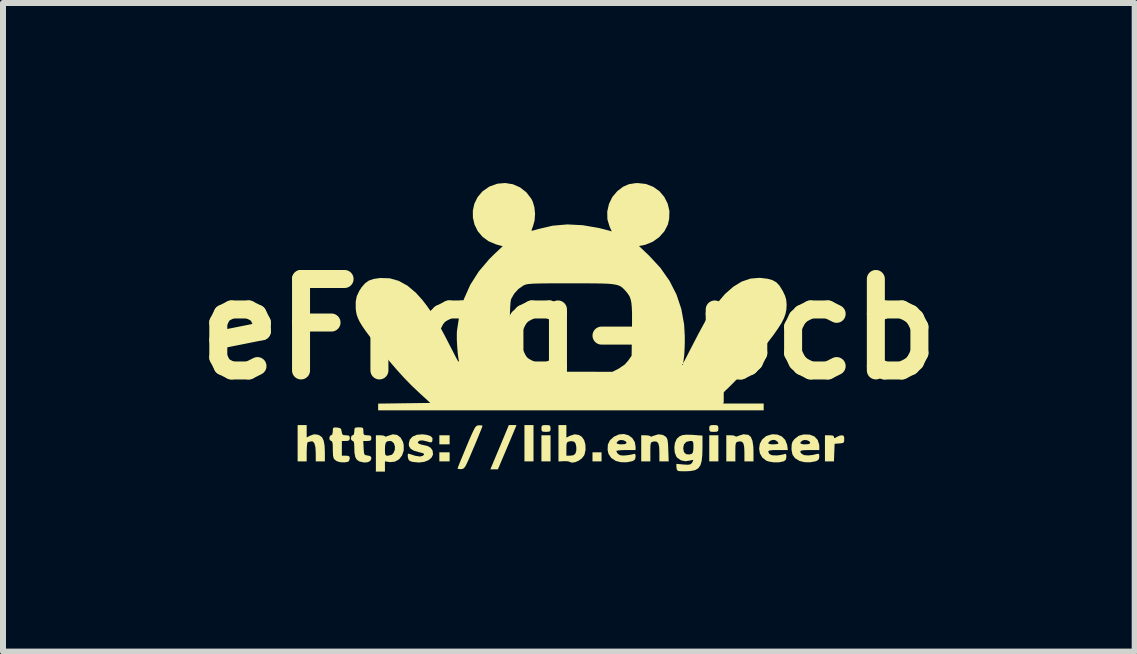
<source format=kicad_pcb>
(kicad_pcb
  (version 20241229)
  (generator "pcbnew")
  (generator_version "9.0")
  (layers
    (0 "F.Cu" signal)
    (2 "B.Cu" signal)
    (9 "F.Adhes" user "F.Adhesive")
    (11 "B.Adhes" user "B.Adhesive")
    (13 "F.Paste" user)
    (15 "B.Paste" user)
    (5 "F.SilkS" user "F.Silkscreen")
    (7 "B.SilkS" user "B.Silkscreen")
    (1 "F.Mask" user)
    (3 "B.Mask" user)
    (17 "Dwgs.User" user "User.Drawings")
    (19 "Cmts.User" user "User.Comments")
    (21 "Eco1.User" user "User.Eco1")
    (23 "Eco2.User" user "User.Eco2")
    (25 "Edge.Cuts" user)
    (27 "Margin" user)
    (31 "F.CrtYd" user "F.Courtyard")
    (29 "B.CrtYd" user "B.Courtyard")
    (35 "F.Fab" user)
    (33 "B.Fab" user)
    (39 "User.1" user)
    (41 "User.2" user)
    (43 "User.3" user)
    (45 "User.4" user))
  (footprint "eFrog-pcb"
    (layer "F.Cu")
    (at 6.43 2.434)
    (property "Reference" "eFrog-pcb" (at 0 0 0) (layer "F.SilkS") (effects (font (size 1.524 1.524) (thickness 0.3))))
    (attr board_only exclude_from_pos_files exclude_from_bom)
    (fp_poly (pts (xy -1.987 1.921) (xy -2.158 1.921) (xy -2.158 1.77) (xy -1.987 1.77)) (stroke (width 0) (type solid)) (fill yes) (layer "F.SilkS"))
    (fp_poly (pts (xy -1.987 2.205) (xy -2.158 2.205) (xy -2.158 2.054) (xy -1.987 2.054)) (stroke (width 0) (type solid)) (fill yes) (layer "F.SilkS"))
    (fp_poly (pts (xy -0.589 2.205) (xy -0.74 2.205) (xy -0.74 1.6) (xy -0.589 1.6)) (stroke (width 0) (type solid)) (fill yes) (layer "F.SilkS"))
    (fp_poly (pts (xy -0.305 2.205) (xy -0.457 2.205) (xy -0.457 1.77) (xy -0.305 1.77)) (stroke (width 0) (type solid)) (fill yes) (layer "F.SilkS"))
    (fp_poly (pts (xy 0.545 2.205) (xy 0.394 2.205) (xy 0.394 2.054) (xy 0.545 2.054)) (stroke (width 0) (type solid)) (fill yes) (layer "F.SilkS"))
    (fp_poly (pts (xy 2.492 2.205) (xy 2.34 2.205) (xy 2.34 1.77) (xy 2.492 1.77)) (stroke (width 0) (type solid)) (fill yes) (layer "F.SilkS"))
    (fp_poly (pts (xy -0.901 1.671) (xy -0.918 1.712) (xy -0.947 1.78) (xy -0.984 1.869) (xy -1.026 1.969) (xy -1.056 2.039) (xy -1.182 2.337) (xy -1.308 2.337) (xy -1.278 2.266) (xy -1.261 2.225) (xy -1.232 2.156) (xy -1.195 2.068) (xy -1.153 1.968) (xy -1.124 1.898) (xy -1 1.6) (xy -0.872 1.6)) (stroke (width 0) (type solid)) (fill yes) (layer "F.SilkS"))
    (fp_poly (pts (xy -0.333 1.602) (xy -0.311 1.614) (xy -0.306 1.645) (xy -0.305 1.657) (xy -0.308 1.693) (xy -0.325 1.709) (xy -0.365 1.713) (xy -0.381 1.713) (xy -0.43 1.711) (xy -0.451 1.699) (xy -0.457 1.669) (xy -0.457 1.657) (xy -0.454 1.62) (xy -0.438 1.604) (xy -0.397 1.6) (xy -0.381 1.6)) (stroke (width 0) (type solid)) (fill yes) (layer "F.SilkS"))
    (fp_poly (pts (xy 2.464 1.602) (xy 2.486 1.614) (xy 2.491 1.645) (xy 2.492 1.657) (xy 2.489 1.693) (xy 2.472 1.709) (xy 2.432 1.713) (xy 2.416 1.713) (xy 2.367 1.711) (xy 2.346 1.699) (xy 2.34 1.669) (xy 2.34 1.657) (xy 2.343 1.62) (xy 2.36 1.604) (xy 2.4 1.6) (xy 2.416 1.6)) (stroke (width 0) (type solid)) (fill yes) (layer "F.SilkS"))
    (fp_poly (pts (xy 4.396 1.774) (xy 4.417 1.789) (xy 4.419 1.8) (xy 4.423 1.818) (xy 4.44 1.814) (xy 4.461 1.8) (xy 4.51 1.777) (xy 4.546 1.77) (xy 4.576 1.776) (xy 4.588 1.801) (xy 4.589 1.835) (xy 4.587 1.876) (xy 4.573 1.896) (xy 4.536 1.904) (xy 4.509 1.906) (xy 4.429 1.912) (xy 4.418 2.205) (xy 4.268 2.205) (xy 4.268 1.77) (xy 4.344 1.77)) (stroke (width 0) (type solid)) (fill yes) (layer "F.SilkS"))
    (fp_poly (pts (xy -4.369 1.806) (xy -4.317 1.779) (xy -4.25 1.754) (xy -4.189 1.759) (xy -4.153 1.773) (xy -4.113 1.804) (xy -4.087 1.857) (xy -4.071 1.937) (xy -4.066 2.049) (xy -4.066 2.056) (xy -4.066 2.205) (xy -4.218 2.205) (xy -4.218 2.064) (xy -4.224 1.966) (xy -4.242 1.901) (xy -4.272 1.871) (xy -4.307 1.873) (xy -4.342 1.883) (xy -4.351 1.883) (xy -4.359 1.901) (xy -4.365 1.947) (xy -4.368 2.014) (xy -4.369 2.044) (xy -4.369 2.205) (xy -4.52 2.205) (xy -4.52 1.6) (xy -4.369 1.6)) (stroke (width 0) (type solid)) (fill yes) (layer "F.SilkS"))
    (fp_poly (pts (xy 2.988 1.762) (xy 2.992 1.763) (xy 3.033 1.797) (xy 3.06 1.863) (xy 3.075 1.963) (xy 3.077 2.043) (xy 3.077 2.205) (xy 2.926 2.205) (xy 2.926 2.054) (xy 2.922 1.964) (xy 2.909 1.906) (xy 2.884 1.877) (xy 2.843 1.872) (xy 2.816 1.877) (xy 2.796 1.885) (xy 2.784 1.902) (xy 2.777 1.936) (xy 2.775 1.995) (xy 2.775 2.046) (xy 2.775 2.205) (xy 2.624 2.205) (xy 2.624 1.77) (xy 2.699 1.77) (xy 2.747 1.774) (xy 2.773 1.784) (xy 2.775 1.788) (xy 2.789 1.793) (xy 2.824 1.78) (xy 2.827 1.779) (xy 2.909 1.753)) (stroke (width 0) (type solid)) (fill yes) (layer "F.SilkS"))
    (fp_poly (pts (xy 1.564 1.763) (xy 1.606 1.787) (xy 1.627 1.807) (xy 1.64 1.832) (xy 1.648 1.871) (xy 1.654 1.931) (xy 1.657 2.014) (xy 1.664 2.205) (xy 1.509 2.205) (xy 1.509 2.054) (xy 1.505 1.964) (xy 1.492 1.906) (xy 1.466 1.877) (xy 1.426 1.872) (xy 1.398 1.877) (xy 1.378 1.885) (xy 1.366 1.902) (xy 1.36 1.936) (xy 1.358 1.995) (xy 1.358 2.046) (xy 1.358 2.205) (xy 1.206 2.205) (xy 1.206 1.77) (xy 1.282 1.77) (xy 1.329 1.774) (xy 1.356 1.784) (xy 1.358 1.788) (xy 1.372 1.793) (xy 1.406 1.78) (xy 1.41 1.779) (xy 1.49 1.754)) (stroke (width 0) (type solid)) (fill yes) (layer "F.SilkS"))
    (fp_poly (pts (xy -1.458 1.604) (xy -1.44 1.612) (xy -1.439 1.613) (xy -1.446 1.635) (xy -1.466 1.686) (xy -1.496 1.76) (xy -1.534 1.853) (xy -1.578 1.959) (xy -1.587 1.978) (xy -1.637 2.097) (xy -1.675 2.185) (xy -1.704 2.248) (xy -1.726 2.289) (xy -1.745 2.314) (xy -1.762 2.327) (xy -1.781 2.332) (xy -1.795 2.334) (xy -1.836 2.333) (xy -1.855 2.325) (xy -1.855 2.324) (xy -1.847 2.303) (xy -1.828 2.252) (xy -1.798 2.178) (xy -1.759 2.085) (xy -1.715 1.979) (xy -1.707 1.959) (xy -1.657 1.84) (xy -1.618 1.752) (xy -1.589 1.69) (xy -1.567 1.648) (xy -1.548 1.623) (xy -1.531 1.61) (xy -1.512 1.605) (xy -1.499 1.604)) (stroke (width 0) (type solid)) (fill yes) (layer "F.SilkS"))
    (fp_poly (pts (xy -0.041 1.809) (xy 0.015 1.78) (xy 0.095 1.754) (xy 0.166 1.764) (xy 0.216 1.795) (xy 0.255 1.85) (xy 0.276 1.926) (xy 0.279 2.01) (xy 0.262 2.088) (xy 0.254 2.107) (xy 0.215 2.156) (xy 0.16 2.196) (xy 0.101 2.22) (xy 0.046 2.226) (xy 0.009 2.211) (xy -0.016 2.204) (xy -0.065 2.201) (xy -0.089 2.202) (xy -0.173 2.207) (xy -0.173 2.11) (xy -0.041 2.11) (xy 0.025 2.11) (xy 0.08 2.101) (xy 0.111 2.072) (xy 0.125 2.021) (xy 0.124 1.962) (xy 0.112 1.908) (xy 0.09 1.878) (xy 0.049 1.868) (xy 0.009 1.872) (xy -0.019 1.881) (xy -0.034 1.899) (xy -0.04 1.935) (xy -0.041 1.997) (xy -0.041 2.11) (xy -0.173 2.11) (xy -0.173 1.6) (xy -0.041 1.6)) (stroke (width 0) (type solid)) (fill yes) (layer "F.SilkS"))
    (fp_poly (pts (xy -2.862 1.764) (xy -2.805 1.807) (xy -2.765 1.878) (xy -2.752 1.931) (xy -2.752 2.026) (xy -2.78 2.107) (xy -2.83 2.171) (xy -2.898 2.209) (xy -2.979 2.218) (xy -2.991 2.216) (xy -3.065 2.204) (xy -3.065 2.375) (xy -3.216 2.375) (xy -3.216 1.999) (xy -3.065 1.999) (xy -3.064 2.061) (xy -3.058 2.094) (xy -3.044 2.108) (xy -3.016 2.11) (xy -3.009 2.11) (xy -2.95 2.094) (xy -2.924 2.068) (xy -2.9 2.012) (xy -2.899 1.953) (xy -2.917 1.902) (xy -2.953 1.87) (xy -2.979 1.865) (xy -3.025 1.87) (xy -3.051 1.893) (xy -3.062 1.94) (xy -3.065 1.999) (xy -3.216 1.999) (xy -3.216 1.77) (xy -3.14 1.77) (xy -3.093 1.774) (xy -3.067 1.784) (xy -3.065 1.788) (xy -3.051 1.793) (xy -3.016 1.78) (xy -3.013 1.779) (xy -2.933 1.754)) (stroke (width 0) (type solid)) (fill yes) (layer "F.SilkS"))
    (fp_poly (pts (xy -3.863 1.641) (xy -3.816 1.649) (xy -3.795 1.667) (xy -3.787 1.707) (xy -3.786 1.709) (xy -3.778 1.75) (xy -3.757 1.767) (xy -3.716 1.77) (xy -3.671 1.774) (xy -3.653 1.79) (xy -3.651 1.817) (xy -3.656 1.849) (xy -3.678 1.862) (xy -3.717 1.865) (xy -3.783 1.865) (xy -3.783 2.11) (xy -3.717 2.11) (xy -3.672 2.114) (xy -3.654 2.13) (xy -3.651 2.155) (xy -3.662 2.195) (xy -3.68 2.212) (xy -3.739 2.222) (xy -3.808 2.219) (xy -3.864 2.203) (xy -3.868 2.201) (xy -3.9 2.179) (xy -3.92 2.152) (xy -3.93 2.11) (xy -3.933 2.045) (xy -3.934 2.002) (xy -3.935 1.928) (xy -3.941 1.886) (xy -3.953 1.867) (xy -3.962 1.865) (xy -3.985 1.848) (xy -3.991 1.817) (xy -3.981 1.779) (xy -3.962 1.77) (xy -3.942 1.756) (xy -3.934 1.711) (xy -3.934 1.703) (xy -3.932 1.659) (xy -3.918 1.641) (xy -3.881 1.64)) (stroke (width 0) (type solid)) (fill yes) (layer "F.SilkS"))
    (fp_poly (pts (xy -3.451 1.64) (xy -3.429 1.652) (xy -3.424 1.684) (xy -3.424 1.704) (xy -3.421 1.748) (xy -3.404 1.766) (xy -3.363 1.77) (xy -3.358 1.77) (xy -3.313 1.774) (xy -3.295 1.79) (xy -3.291 1.817) (xy -3.296 1.849) (xy -3.318 1.862) (xy -3.359 1.865) (xy -3.426 1.865) (xy -3.42 1.983) (xy -3.416 2.047) (xy -3.409 2.083) (xy -3.394 2.099) (xy -3.366 2.105) (xy -3.353 2.107) (xy -3.31 2.116) (xy -3.293 2.139) (xy -3.291 2.157) (xy -3.308 2.196) (xy -3.35 2.219) (xy -3.411 2.224) (xy -3.482 2.209) (xy -3.493 2.205) (xy -3.534 2.177) (xy -3.56 2.131) (xy -3.573 2.059) (xy -3.575 1.989) (xy -3.577 1.919) (xy -3.583 1.881) (xy -3.597 1.866) (xy -3.603 1.865) (xy -3.626 1.848) (xy -3.632 1.817) (xy -3.622 1.779) (xy -3.603 1.77) (xy -3.582 1.756) (xy -3.575 1.71) (xy -3.575 1.704) (xy -3.573 1.662) (xy -3.559 1.643) (xy -3.522 1.638) (xy -3.499 1.638)) (stroke (width 0) (type solid)) (fill yes) (layer "F.SilkS"))
    (fp_poly (pts (xy -2.367 1.763) (xy -2.303 1.784) (xy -2.272 1.818) (xy -2.275 1.865) (xy -2.278 1.873) (xy -2.29 1.887) (xy -2.317 1.887) (xy -2.366 1.872) (xy -2.435 1.856) (xy -2.486 1.858) (xy -2.514 1.879) (xy -2.517 1.892) (xy -2.499 1.911) (xy -2.455 1.926) (xy -2.439 1.929) (xy -2.356 1.948) (xy -2.303 1.978) (xy -2.273 2.021) (xy -2.271 2.026) (xy -2.263 2.089) (xy -2.288 2.142) (xy -2.339 2.185) (xy -2.41 2.213) (xy -2.497 2.224) (xy -2.594 2.215) (xy -2.63 2.207) (xy -2.666 2.187) (xy -2.681 2.146) (xy -2.683 2.131) (xy -2.685 2.089) (xy -2.674 2.076) (xy -2.655 2.081) (xy -2.555 2.113) (xy -2.481 2.124) (xy -2.435 2.113) (xy -2.433 2.111) (xy -2.413 2.091) (xy -2.416 2.077) (xy -2.447 2.064) (xy -2.501 2.051) (xy -2.586 2.026) (xy -2.639 1.993) (xy -2.664 1.949) (xy -2.668 1.912) (xy -2.651 1.843) (xy -2.605 1.792) (xy -2.534 1.762) (xy -2.441 1.754)) (stroke (width 0) (type solid)) (fill yes) (layer "F.SilkS"))
    (fp_poly (pts (xy 0.995 1.77) (xy 1.057 1.816) (xy 1.099 1.883) (xy 1.112 1.96) (xy 1.112 2.016) (xy 0.951 2.016) (xy 0.879 2.018) (xy 0.823 2.023) (xy 0.793 2.03) (xy 0.791 2.033) (xy 0.803 2.059) (xy 0.822 2.083) (xy 0.854 2.102) (xy 0.902 2.108) (xy 0.95 2.105) (xy 1.012 2.097) (xy 1.063 2.087) (xy 1.079 2.082) (xy 1.102 2.079) (xy 1.111 2.101) (xy 1.112 2.125) (xy 1.105 2.168) (xy 1.077 2.193) (xy 1.052 2.203) (xy 0.965 2.22) (xy 0.869 2.219) (xy 0.786 2.199) (xy 0.781 2.197) (xy 0.705 2.147) (xy 0.66 2.078) (xy 0.646 2.012) (xy 0.65 1.924) (xy 0.668 1.888) (xy 0.798 1.888) (xy 0.8 1.908) (xy 0.839 1.92) (xy 0.874 1.921) (xy 0.931 1.918) (xy 0.957 1.905) (xy 0.961 1.893) (xy 0.945 1.869) (xy 0.906 1.852) (xy 0.862 1.849) (xy 0.831 1.858) (xy 0.798 1.888) (xy 0.668 1.888) (xy 0.685 1.853) (xy 0.751 1.794) (xy 0.835 1.756) (xy 0.918 1.749)) (stroke (width 0) (type solid)) (fill yes) (layer "F.SilkS"))
    (fp_poly (pts (xy 3.475 1.758) (xy 3.55 1.79) (xy 3.606 1.848) (xy 3.637 1.927) (xy 3.639 1.937) (xy 3.649 2.016) (xy 3.486 2.016) (xy 3.404 2.017) (xy 3.353 2.022) (xy 3.328 2.031) (xy 3.323 2.042) (xy 3.34 2.081) (xy 3.387 2.103) (xy 3.464 2.106) (xy 3.469 2.106) (xy 3.53 2.098) (xy 3.579 2.088) (xy 3.592 2.083) (xy 3.615 2.079) (xy 3.624 2.1) (xy 3.625 2.128) (xy 3.617 2.175) (xy 3.587 2.201) (xy 3.577 2.205) (xy 3.501 2.221) (xy 3.411 2.221) (xy 3.327 2.206) (xy 3.289 2.192) (xy 3.224 2.141) (xy 3.184 2.072) (xy 3.171 1.993) (xy 3.182 1.913) (xy 3.186 1.906) (xy 3.323 1.906) (xy 3.34 1.915) (xy 3.383 1.921) (xy 3.408 1.921) (xy 3.459 1.918) (xy 3.489 1.911) (xy 3.493 1.906) (xy 3.477 1.875) (xy 3.439 1.851) (xy 3.408 1.846) (xy 3.364 1.857) (xy 3.331 1.884) (xy 3.323 1.906) (xy 3.186 1.906) (xy 3.22 1.842) (xy 3.282 1.788) (xy 3.297 1.78) (xy 3.388 1.753)) (stroke (width 0) (type solid)) (fill yes) (layer "F.SilkS"))
    (fp_poly (pts (xy 4.015 1.759) (xy 4.093 1.79) (xy 4.146 1.847) (xy 4.172 1.927) (xy 4.174 1.958) (xy 4.174 2.016) (xy 4.013 2.016) (xy 3.928 2.018) (xy 3.877 2.024) (xy 3.857 2.037) (xy 3.863 2.059) (xy 3.884 2.082) (xy 3.924 2.101) (xy 3.989 2.106) (xy 4.066 2.098) (xy 4.131 2.082) (xy 4.161 2.077) (xy 4.172 2.094) (xy 4.174 2.125) (xy 4.167 2.168) (xy 4.138 2.193) (xy 4.114 2.203) (xy 4.026 2.22) (xy 3.931 2.219) (xy 3.848 2.199) (xy 3.843 2.197) (xy 3.77 2.153) (xy 3.728 2.095) (xy 3.711 2.014) (xy 3.711 1.986) (xy 3.714 1.921) (xy 3.724 1.888) (xy 3.859 1.888) (xy 3.862 1.908) (xy 3.9 1.92) (xy 3.936 1.921) (xy 3.993 1.918) (xy 4.019 1.905) (xy 4.022 1.893) (xy 4.006 1.869) (xy 3.968 1.852) (xy 3.923 1.849) (xy 3.893 1.858) (xy 3.859 1.888) (xy 3.724 1.888) (xy 3.727 1.878) (xy 3.757 1.838) (xy 3.77 1.825) (xy 3.831 1.779) (xy 3.905 1.758) (xy 3.916 1.756)) (stroke (width 0) (type solid)) (fill yes) (layer "F.SilkS"))
    (fp_poly (pts (xy 2.046 1.762) (xy 2.076 1.764) (xy 2.227 1.776) (xy 2.227 1.967) (xy 2.224 2.1) (xy 2.213 2.201) (xy 2.191 2.273) (xy 2.156 2.321) (xy 2.105 2.351) (xy 2.034 2.365) (xy 1.975 2.369) (xy 1.905 2.37) (xy 1.848 2.368) (xy 1.817 2.364) (xy 1.816 2.363) (xy 1.799 2.339) (xy 1.792 2.299) (xy 1.792 2.246) (xy 1.909 2.257) (xy 1.976 2.261) (xy 2.016 2.257) (xy 2.04 2.244) (xy 2.05 2.232) (xy 2.073 2.194) (xy 2.066 2.18) (xy 2.03 2.188) (xy 2.023 2.19) (xy 1.943 2.203) (xy 1.867 2.187) (xy 1.806 2.144) (xy 1.79 2.123) (xy 1.765 2.057) (xy 1.759 1.985) (xy 1.906 1.985) (xy 1.918 2.05) (xy 1.954 2.085) (xy 2.011 2.09) (xy 2.046 2.08) (xy 2.065 2.061) (xy 2.074 2.017) (xy 2.076 1.967) (xy 2.075 1.908) (xy 2.068 1.878) (xy 2.051 1.866) (xy 2.02 1.865) (xy 1.957 1.88) (xy 1.918 1.923) (xy 1.906 1.985) (xy 1.759 1.985) (xy 1.758 1.976) (xy 1.768 1.897) (xy 1.796 1.834) (xy 1.803 1.825) (xy 1.843 1.789) (xy 1.891 1.768) (xy 1.956 1.76)) (stroke (width 0) (type solid)) (fill yes) (layer "F.SilkS"))
    (fp_poly (pts (xy -0.931 -2.413) (xy -0.813 -2.361) (xy -0.71 -2.281) (xy -0.628 -2.175) (xy -0.602 -2.125) (xy -0.574 -2.029) (xy -0.563 -1.919) (xy -0.571 -1.809) (xy -0.596 -1.719) (xy -0.614 -1.672) (xy -0.622 -1.643) (xy -0.621 -1.639) (xy -0.602 -1.641) (xy -0.557 -1.653) (xy -0.501 -1.669) (xy -0.269 -1.723) (xy -0.026 -1.744) (xy 0.23 -1.731) (xy 0.499 -1.685) (xy 0.673 -1.64) (xy 0.715 -1.627) (xy 0.678 -1.71) (xy 0.642 -1.831) (xy 0.64 -1.959) (xy 0.669 -2.086) (xy 0.726 -2.203) (xy 0.809 -2.3) (xy 0.904 -2.372) (xy 1 -2.414) (xy 1.112 -2.432) (xy 1.15 -2.433) (xy 1.285 -2.418) (xy 1.406 -2.371) (xy 1.509 -2.298) (xy 1.59 -2.203) (xy 1.647 -2.091) (xy 1.676 -1.967) (xy 1.672 -1.835) (xy 1.65 -1.741) (xy 1.592 -1.629) (xy 1.506 -1.532) (xy 1.398 -1.455) (xy 1.277 -1.406) (xy 1.239 -1.397) (xy 1.169 -1.384) (xy 1.339 -1.222) (xy 1.526 -1.02) (xy 1.677 -0.805) (xy 1.794 -0.575) (xy 1.875 -0.333) (xy 1.921 -0.077) (xy 1.932 0.116) (xy 1.932 0.219) (xy 1.929 0.32) (xy 1.925 0.407) (xy 1.92 0.457) (xy 1.906 0.57) (xy 2.081 0.23) (xy 2.16 0.078) (xy 2.227 -0.046) (xy 2.283 -0.148) (xy 2.334 -0.232) (xy 2.381 -0.307) (xy 2.43 -0.376) (xy 2.466 -0.424) (xy 2.602 -0.584) (xy 2.741 -0.706) (xy 2.882 -0.792) (xy 3.028 -0.841) (xy 3.179 -0.854) (xy 3.308 -0.839) (xy 3.392 -0.816) (xy 3.456 -0.781) (xy 3.507 -0.728) (xy 3.558 -0.647) (xy 3.567 -0.631) (xy 3.603 -0.555) (xy 3.622 -0.491) (xy 3.629 -0.417) (xy 3.629 -0.392) (xy 3.625 -0.323) (xy 3.611 -0.254) (xy 3.585 -0.182) (xy 3.544 -0.101) (xy 3.485 -0.008) (xy 3.408 0.102) (xy 3.309 0.231) (xy 3.213 0.353) (xy 3.06 0.539) (xy 2.922 0.7) (xy 2.794 0.842) (xy 2.668 0.97) (xy 2.54 1.091) (xy 2.503 1.124) (xy 2.373 1.241) (xy 3.247 1.241) (xy 3.247 1.354) (xy -3.178 1.354) (xy -3.178 1.242) (xy -2.309 1.231) (xy -2.49 1.065) (xy -2.619 0.943) (xy -2.743 0.816) (xy -2.868 0.678) (xy -3.001 0.523) (xy -3.145 0.345) (xy -3.203 0.272) (xy -3.304 0.142) (xy -3.383 0.037) (xy -3.443 -0.05) (xy -3.486 -0.121) (xy -3.516 -0.184) (xy -3.536 -0.241) (xy -3.547 -0.299) (xy -3.552 -0.347) (xy -3.552 -0.457) (xy -3.534 -0.549) (xy -3.491 -0.639) (xy -3.453 -0.697) (xy -3.396 -0.763) (xy -3.333 -0.808) (xy -3.253 -0.835) (xy -3.146 -0.851) (xy -3.139 -0.851) (xy -2.984 -0.846) (xy -2.834 -0.803) (xy -2.689 -0.723) (xy -2.549 -0.605) (xy -2.441 -0.485) (xy -2.367 -0.389) (xy -2.296 -0.287) (xy -2.225 -0.173) (xy -2.149 -0.042) (xy -2.066 0.113) (xy -1.972 0.296) (xy -1.923 0.391) (xy -1.882 0.471) (xy -1.85 0.53) (xy -1.83 0.565) (xy -1.825 0.571) (xy -1.825 0.57) (xy -1.839 0.497) (xy -1.852 0.399) (xy -1.861 0.289) (xy -1.867 0.179) (xy -1.867 0.082) (xy -1.865 0.032) (xy -1.858 -0.015) (xy -0.986 -0.015) (xy -0.986 0.118) (xy -0.985 0.219) (xy -0.983 0.294) (xy -0.979 0.349) (xy -0.972 0.39) (xy -0.963 0.423) (xy -0.95 0.455) (xy -0.937 0.481) (xy -0.899 0.544) (xy -0.855 0.598) (xy -0.83 0.62) (xy -0.797 0.643) (xy -0.765 0.661) (xy -0.729 0.676) (xy -0.685 0.687) (xy -0.63 0.696) (xy -0.558 0.702) (xy -0.468 0.706) (xy -0.353 0.709) (xy -0.21 0.71) (xy -0.035 0.711) (xy 0.045 0.711) (xy 0.727 0.712) (xy 0.83 0.66) (xy 0.932 0.59) (xy 0.933 0.589) (xy 1.887 0.589) (xy 1.896 0.598) (xy 1.906 0.589) (xy 1.896 0.579) (xy 1.887 0.589) (xy 0.933 0.589) (xy 0.989 0.526) (xy 1.046 0.444) (xy 1.052 0.016) (xy 1.053 -0.141) (xy 1.053 -0.266) (xy 1.049 -0.363) (xy 1.042 -0.438) (xy 1.03 -0.495) (xy 1.013 -0.541) (xy 0.99 -0.58) (xy 0.96 -0.618) (xy 0.957 -0.622) (xy 0.927 -0.656) (xy 0.899 -0.684) (xy 0.869 -0.707) (xy 0.834 -0.725) (xy 0.789 -0.738) (xy 0.732 -0.748) (xy 0.657 -0.755) (xy 0.561 -0.759) (xy 0.441 -0.761) (xy 0.292 -0.762) (xy 0.111 -0.762) (xy 0.035 -0.762) (xy -0.15 -0.762) (xy -0.301 -0.762) (xy -0.422 -0.761) (xy -0.517 -0.759) (xy -0.59 -0.757) (xy -0.644 -0.753) (xy -0.684 -0.749) (xy -0.714 -0.743) (xy -0.737 -0.735) (xy -0.757 -0.726) (xy -0.84 -0.668) (xy -0.911 -0.59) (xy -0.959 -0.506) (xy -0.966 -0.484) (xy -0.972 -0.444) (xy -0.977 -0.372) (xy -0.981 -0.277) (xy -0.984 -0.165) (xy -0.986 -0.042) (xy -0.986 -0.015) (xy -1.858 -0.015) (xy -1.823 -0.243) (xy -1.749 -0.499) (xy -1.643 -0.737) (xy -1.503 -0.958) (xy -1.329 -1.163) (xy -1.251 -1.241) (xy -1.102 -1.381) (xy -1.21 -1.41) (xy -1.337 -1.463) (xy -1.44 -1.539) (xy -1.519 -1.633) (xy -1.572 -1.741) (xy -1.599 -1.857) (xy -1.6 -1.975) (xy -1.574 -2.091) (xy -1.52 -2.2) (xy -1.438 -2.296) (xy -1.327 -2.373) (xy -1.319 -2.377) (xy -1.19 -2.423) (xy -1.059 -2.434)) (stroke (width 0) (type solid)) (fill yes) (layer "F.SilkS")))
  (gr_rect
    (start -3 -3)
    (end 15.86 7.809)
    (stroke (width 0.1) (type default))
    (fill no)
    (layer "Edge.Cuts")))
</source>
